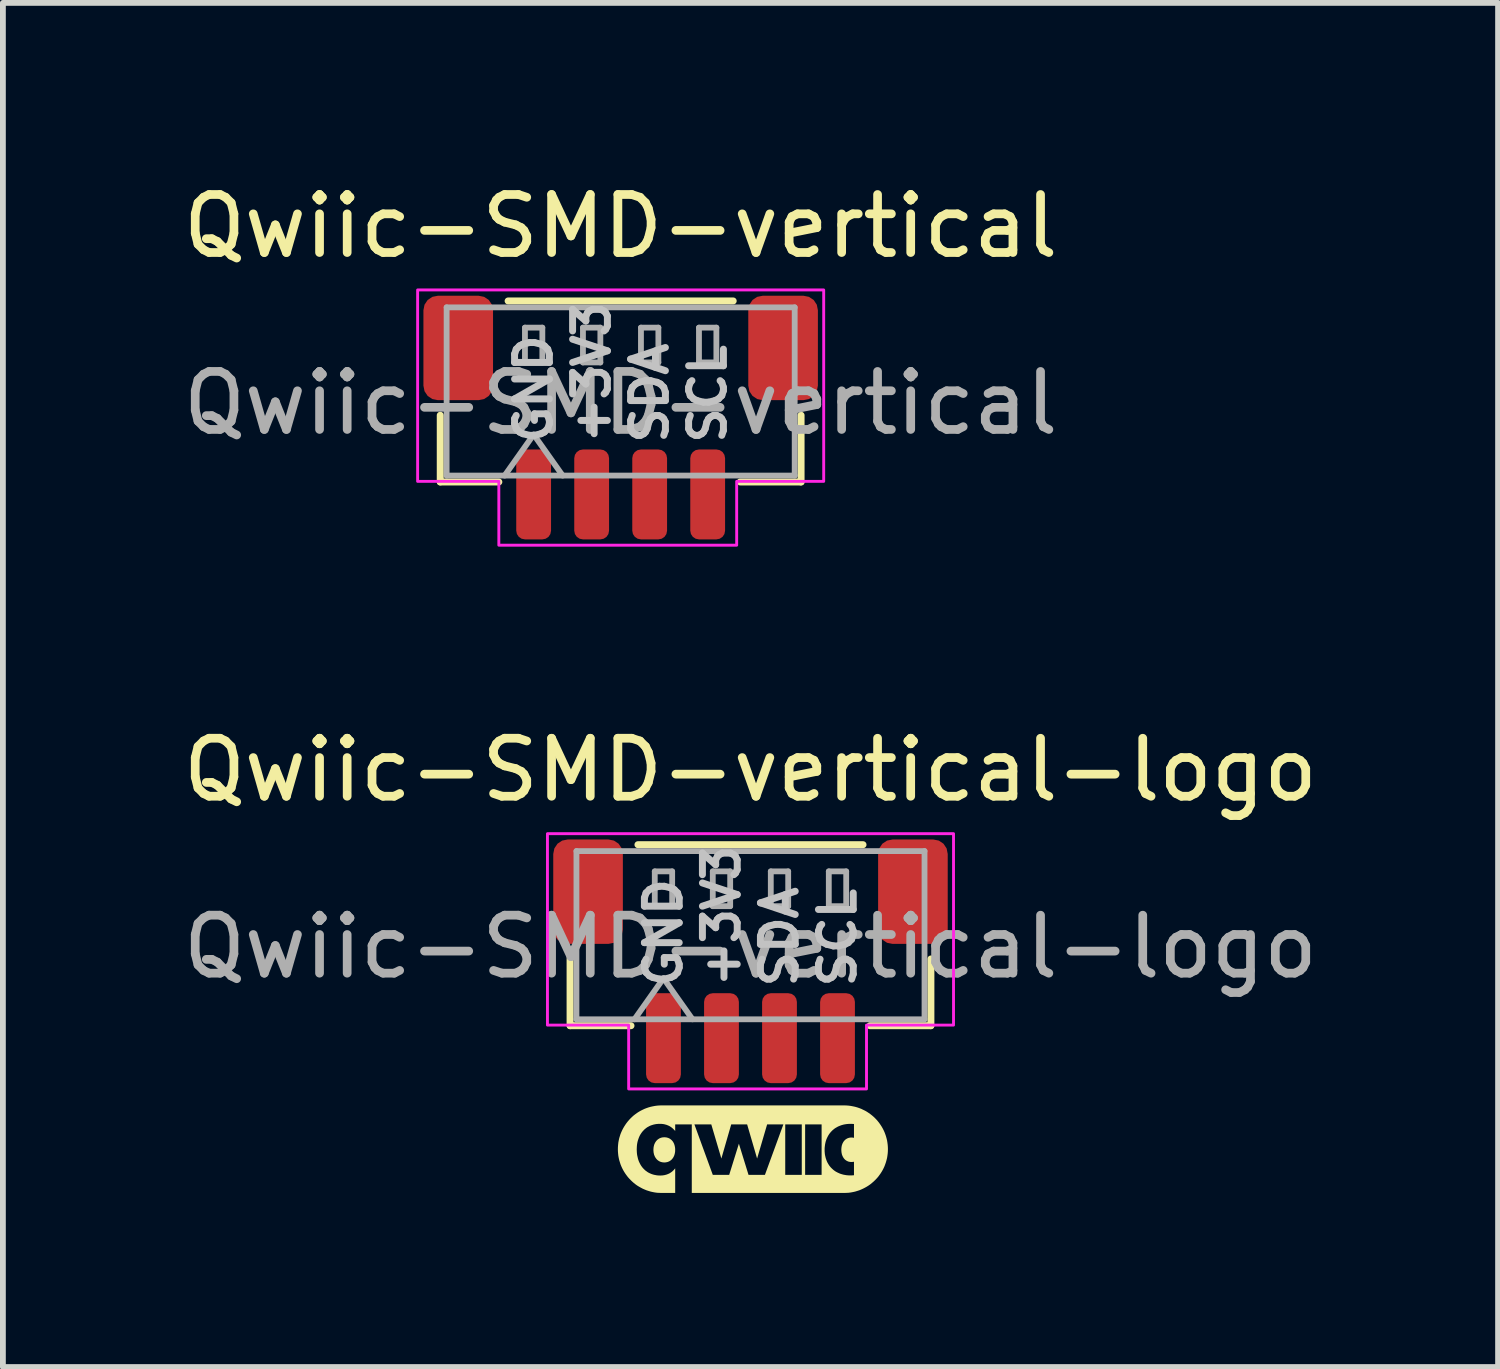
<source format=kicad_pcb>
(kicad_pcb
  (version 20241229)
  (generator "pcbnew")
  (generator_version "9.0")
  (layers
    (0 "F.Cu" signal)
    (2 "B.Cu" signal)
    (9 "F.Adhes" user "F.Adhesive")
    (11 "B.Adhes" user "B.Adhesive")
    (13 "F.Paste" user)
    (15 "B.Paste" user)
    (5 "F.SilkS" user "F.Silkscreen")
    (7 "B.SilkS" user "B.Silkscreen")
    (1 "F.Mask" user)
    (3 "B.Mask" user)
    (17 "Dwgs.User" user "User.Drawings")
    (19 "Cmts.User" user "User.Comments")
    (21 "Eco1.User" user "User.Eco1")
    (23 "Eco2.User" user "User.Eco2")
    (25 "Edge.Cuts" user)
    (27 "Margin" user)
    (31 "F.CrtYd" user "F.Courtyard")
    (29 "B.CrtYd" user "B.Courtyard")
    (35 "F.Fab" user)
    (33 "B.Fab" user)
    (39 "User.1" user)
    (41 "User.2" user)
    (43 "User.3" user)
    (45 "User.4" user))
  (footprint "Qwiic-SMD-vertical-logo"
    (layer "F.Cu")
    (at 9.887 13.521)
    (property "Reference" "Qwiic-SMD-vertical-logo" (at 0 -3.3 0) (layer "F.SilkS") (effects (font (size 1 1) (thickness 0.15))))
    (attr smd)
    (fp_line (start -3.11 -0.04) (end -3.11 1.11) (stroke (width 0.12) (type solid)) (layer "F.SilkS"))
    (fp_line (start -3.11 1.11) (end -2.06 1.11) (stroke (width 0.12) (type solid)) (layer "F.SilkS"))
    (fp_line (start -1.94 -2.01) (end 1.94 -2.01) (stroke (width 0.12) (type solid)) (layer "F.SilkS"))
    (fp_line (start 3.11 -0.04) (end 3.11 1.11) (stroke (width 0.12) (type solid)) (layer "F.SilkS"))
    (fp_line (start 3.11 1.11) (end 2.06 1.11) (stroke (width 0.12) (type solid)) (layer "F.SilkS"))
    (fp_poly (pts (xy -1.475 3.034) (xy -1.465 3.034) (xy -1.455 3.036) (xy -1.445 3.037) (xy -1.436 3.04) (xy -1.427 3.042) (xy -1.418 3.045) (xy -1.409 3.049) (xy -1.401 3.053) (xy -1.392 3.057) (xy -1.385 3.062) (xy -1.377 3.068) (xy -1.37 3.073) (xy -1.363 3.08) (xy -1.356 3.086) (xy -1.35 3.093) (xy -1.344 3.1) (xy -1.338 3.108) (xy -1.333 3.116) (xy -1.328 3.124) (xy -1.324 3.133) (xy -1.319 3.142) (xy -1.315 3.152) (xy -1.312 3.162) (xy -1.309 3.172) (xy -1.306 3.182) (xy -1.304 3.193) (xy -1.302 3.204) (xy -1.3 3.215) (xy -1.299 3.227) (xy -1.299 3.238) (xy -1.298 3.25) (xy -1.299 3.262) (xy -1.299 3.274) (xy -1.3 3.286) (xy -1.302 3.297) (xy -1.304 3.308) (xy -1.306 3.318) (xy -1.309 3.329) (xy -1.312 3.339) (xy -1.315 3.348) (xy -1.319 3.358) (xy -1.324 3.367) (xy -1.328 3.376) (xy -1.333 3.384) (xy -1.338 3.392) (xy -1.344 3.4) (xy -1.35 3.407) (xy -1.356 3.414) (xy -1.363 3.421) (xy -1.37 3.427) (xy -1.377 3.433) (xy -1.385 3.438) (xy -1.392 3.443) (xy -1.401 3.448) (xy -1.409 3.452) (xy -1.418 3.455) (xy -1.427 3.459) (xy -1.436 3.461) (xy -1.445 3.463) (xy -1.455 3.465) (xy -1.465 3.467) (xy -1.475 3.467) (xy -1.485 3.468) (xy -1.495 3.467) (xy -1.506 3.467) (xy -1.516 3.465) (xy -1.525 3.463) (xy -1.535 3.461) (xy -1.544 3.459) (xy -1.553 3.455) (xy -1.562 3.452) (xy -1.57 3.448) (xy -1.578 3.443) (xy -1.586 3.438) (xy -1.594 3.433) (xy -1.601 3.427) (xy -1.608 3.421) (xy -1.615 3.414) (xy -1.621 3.407) (xy -1.627 3.4) (xy -1.633 3.392) (xy -1.638 3.384) (xy -1.643 3.376) (xy -1.648 3.367) (xy -1.652 3.358) (xy -1.656 3.348) (xy -1.66 3.339) (xy -1.663 3.329) (xy -1.665 3.318) (xy -1.668 3.308) (xy -1.67 3.297) (xy -1.671 3.286) (xy -1.672 3.274) (xy -1.673 3.262) (xy -1.673 3.25) (xy -1.673 3.238) (xy -1.672 3.227) (xy -1.671 3.215) (xy -1.67 3.204) (xy -1.668 3.193) (xy -1.665 3.183) (xy -1.663 3.172) (xy -1.66 3.162) (xy -1.656 3.152) (xy -1.652 3.143) (xy -1.648 3.134) (xy -1.643 3.125) (xy -1.638 3.117) (xy -1.633 3.109) (xy -1.627 3.101) (xy -1.621 3.094) (xy -1.615 3.087) (xy -1.608 3.08) (xy -1.601 3.074) (xy -1.594 3.068) (xy -1.586 3.063) (xy -1.578 3.058) (xy -1.57 3.053) (xy -1.562 3.049) (xy -1.553 3.046) (xy -1.544 3.042) (xy -1.535 3.04) (xy -1.525 3.037) (xy -1.516 3.036) (xy -1.506 3.034) (xy -1.495 3.034) (xy -1.485 3.033)) (stroke (width -0.000001) (type solid)) (fill yes) (layer "F.SilkS"))
    (fp_poly (pts (xy 1.653 2.485) (xy 1.691 2.488) (xy 1.729 2.493) (xy 1.766 2.5) (xy 1.803 2.508) (xy 1.839 2.518) (xy 1.874 2.53) (xy 1.908 2.543) (xy 1.941 2.559) (xy 1.974 2.575) (xy 2.006 2.593) (xy 2.036 2.613) (xy 2.066 2.634) (xy 2.094 2.656) (xy 2.122 2.68) (xy 2.148 2.705) (xy 2.173 2.731) (xy 2.197 2.759) (xy 2.219 2.787) (xy 2.24 2.817) (xy 2.26 2.848) (xy 2.278 2.879) (xy 2.295 2.912) (xy 2.31 2.945) (xy 2.323 2.979) (xy 2.335 3.014) (xy 2.345 3.05) (xy 2.354 3.087) (xy 2.36 3.124) (xy 2.365 3.162) (xy 2.368 3.2) (xy 2.369 3.239) (xy 2.369 3.239) (xy 2.368 3.278) (xy 2.365 3.316) (xy 2.36 3.354) (xy 2.354 3.391) (xy 2.345 3.427) (xy 2.335 3.463) (xy 2.323 3.498) (xy 2.31 3.533) (xy 2.295 3.566) (xy 2.278 3.599) (xy 2.26 3.63) (xy 2.24 3.661) (xy 2.219 3.69) (xy 2.197 3.719) (xy 2.173 3.746) (xy 2.148 3.772) (xy 2.122 3.797) (xy 2.094 3.821) (xy 2.066 3.844) (xy 2.036 3.865) (xy 2.006 3.884) (xy 1.974 3.902) (xy 1.941 3.919) (xy 1.908 3.934) (xy 1.874 3.948) (xy 1.839 3.959) (xy 1.803 3.97) (xy 1.766 3.978) (xy 1.729 3.985) (xy 1.691 3.99) (xy 1.653 3.992) (xy 1.614 3.993) (xy -1.012 3.993) (xy -1.012 2.811) (xy -0.967 2.811) (xy -0.65 3.681) (xy -0.367 3.681) (xy -0.2 3.144) (xy -0.034 3.681) (xy 0.249 3.681) (xy 0.599 3.681) (xy 0.884 3.681) (xy 0.942 3.681) (xy 1.226 3.681) (xy 1.226 3.25) (xy 1.278 3.25) (xy 1.278 3.275) (xy 1.28 3.299) (xy 1.282 3.323) (xy 1.286 3.346) (xy 1.291 3.368) (xy 1.296 3.39) (xy 1.303 3.411) (xy 1.31 3.431) (xy 1.318 3.451) (xy 1.327 3.47) (xy 1.338 3.489) (xy 1.348 3.506) (xy 1.36 3.524) (xy 1.373 3.54) (xy 1.386 3.555) (xy 1.401 3.57) (xy 1.416 3.584) (xy 1.432 3.598) (xy 1.448 3.61) (xy 1.465 3.622) (xy 1.483 3.632) (xy 1.502 3.642) (xy 1.522 3.651) (xy 1.542 3.66) (xy 1.563 3.667) (xy 1.584 3.673) (xy 1.606 3.679) (xy 1.629 3.683) (xy 1.652 3.687) (xy 1.676 3.689) (xy 1.7 3.691) (xy 1.725 3.691) (xy 1.732 3.691) (xy 1.74 3.691) (xy 1.747 3.691) (xy 1.755 3.69) (xy 1.762 3.69) (xy 1.769 3.689) (xy 1.784 3.688) (xy 1.784 3.455) (xy 1.778 3.456) (xy 1.773 3.457) (xy 1.768 3.458) (xy 1.762 3.458) (xy 1.757 3.459) (xy 1.751 3.459) (xy 1.745 3.459) (xy 1.739 3.46) (xy 1.73 3.459) (xy 1.72 3.459) (xy 1.711 3.457) (xy 1.702 3.456) (xy 1.694 3.454) (xy 1.685 3.451) (xy 1.677 3.448) (xy 1.669 3.444) (xy 1.661 3.441) (xy 1.654 3.436) (xy 1.646 3.431) (xy 1.639 3.426) (xy 1.632 3.421) (xy 1.626 3.415) (xy 1.62 3.409) (xy 1.614 3.402) (xy 1.608 3.395) (xy 1.603 3.387) (xy 1.598 3.379) (xy 1.594 3.371) (xy 1.589 3.363) (xy 1.585 3.354) (xy 1.582 3.345) (xy 1.578 3.335) (xy 1.575 3.326) (xy 1.573 3.315) (xy 1.571 3.305) (xy 1.569 3.294) (xy 1.567 3.272) (xy 1.566 3.249) (xy 1.566 3.237) (xy 1.567 3.226) (xy 1.568 3.215) (xy 1.569 3.204) (xy 1.571 3.193) (xy 1.573 3.183) (xy 1.575 3.173) (xy 1.578 3.163) (xy 1.582 3.154) (xy 1.585 3.144) (xy 1.589 3.136) (xy 1.594 3.127) (xy 1.598 3.119) (xy 1.603 3.111) (xy 1.608 3.104) (xy 1.614 3.096) (xy 1.62 3.09) (xy 1.626 3.083) (xy 1.632 3.077) (xy 1.639 3.072) (xy 1.646 3.067) (xy 1.654 3.062) (xy 1.661 3.057) (xy 1.669 3.053) (xy 1.677 3.05) (xy 1.685 3.047) (xy 1.694 3.044) (xy 1.702 3.042) (xy 1.711 3.04) (xy 1.72 3.039) (xy 1.73 3.038) (xy 1.739 3.038) (xy 1.745 3.038) (xy 1.751 3.038) (xy 1.757 3.039) (xy 1.762 3.039) (xy 1.768 3.04) (xy 1.773 3.041) (xy 1.778 3.042) (xy 1.784 3.043) (xy 1.784 2.805) (xy 1.77 2.803) (xy 1.763 2.803) (xy 1.756 2.803) (xy 1.749 2.802) (xy 1.742 2.802) (xy 1.735 2.802) (xy 1.728 2.802) (xy 1.703 2.802) (xy 1.679 2.804) (xy 1.655 2.806) (xy 1.631 2.81) (xy 1.608 2.814) (xy 1.586 2.82) (xy 1.565 2.826) (xy 1.544 2.834) (xy 1.524 2.842) (xy 1.504 2.851) (xy 1.485 2.862) (xy 1.467 2.872) (xy 1.449 2.884) (xy 1.433 2.897) (xy 1.417 2.91) (xy 1.402 2.925) (xy 1.387 2.94) (xy 1.374 2.956) (xy 1.361 2.972) (xy 1.349 2.99) (xy 1.338 3.008) (xy 1.328 3.027) (xy 1.319 3.046) (xy 1.31 3.066) (xy 1.303 3.087) (xy 1.296 3.109) (xy 1.291 3.131) (xy 1.286 3.154) (xy 1.283 3.177) (xy 1.28 3.201) (xy 1.278 3.225) (xy 1.278 3.25) (xy 1.226 3.25) (xy 1.226 2.811) (xy 0.942 2.811) (xy 0.942 3.681) (xy 0.884 3.681) (xy 0.884 2.811) (xy 0.599 2.811) (xy 0.599 3.681) (xy 0.249 3.681) (xy 0.567 2.811) (xy 0.287 2.811) (xy 0.114 3.4) (xy -0.058 2.811) (xy -0.332 2.811) (xy -0.502 3.4) (xy -0.676 2.811) (xy -0.967 2.811) (xy -1.012 2.811) (xy -1.298 2.811) (xy -1.298 2.926) (xy -1.31 2.911) (xy -1.323 2.898) (xy -1.336 2.885) (xy -1.35 2.873) (xy -1.364 2.862) (xy -1.379 2.852) (xy -1.395 2.842) (xy -1.411 2.834) (xy -1.428 2.827) (xy -1.445 2.82) (xy -1.463 2.815) (xy -1.482 2.81) (xy -1.501 2.806) (xy -1.521 2.804) (xy -1.541 2.802) (xy -1.562 2.802) (xy -1.584 2.802) (xy -1.606 2.804) (xy -1.627 2.806) (xy -1.648 2.81) (xy -1.668 2.814) (xy -1.688 2.82) (xy -1.707 2.826) (xy -1.726 2.833) (xy -1.743 2.841) (xy -1.761 2.851) (xy -1.778 2.86) (xy -1.794 2.871) (xy -1.809 2.883) (xy -1.824 2.895) (xy -1.838 2.909) (xy -1.851 2.923) (xy -1.864 2.937) (xy -1.876 2.953) (xy -1.887 2.969) (xy -1.898 2.986) (xy -1.908 3.004) (xy -1.917 3.023) (xy -1.925 3.042) (xy -1.932 3.062) (xy -1.939 3.082) (xy -1.945 3.103) (xy -1.95 3.125) (xy -1.954 3.147) (xy -1.957 3.17) (xy -1.959 3.194) (xy -1.96 3.218) (xy -1.961 3.242) (xy -1.96 3.267) (xy -1.959 3.292) (xy -1.957 3.316) (xy -1.954 3.339) (xy -1.949 3.362) (xy -1.944 3.384) (xy -1.939 3.406) (xy -1.932 3.427) (xy -1.925 3.447) (xy -1.916 3.467) (xy -1.907 3.485) (xy -1.897 3.504) (xy -1.887 3.521) (xy -1.875 3.538) (xy -1.863 3.554) (xy -1.85 3.569) (xy -1.836 3.583) (xy -1.822 3.597) (xy -1.807 3.61) (xy -1.791 3.621) (xy -1.775 3.633) (xy -1.758 3.643) (xy -1.74 3.652) (xy -1.722 3.66) (xy -1.703 3.668) (xy -1.684 3.674) (xy -1.664 3.68) (xy -1.643 3.684) (xy -1.622 3.688) (xy -1.601 3.691) (xy -1.578 3.692) (xy -1.556 3.693) (xy -1.535 3.692) (xy -1.516 3.691) (xy -1.496 3.688) (xy -1.478 3.685) (xy -1.46 3.68) (xy -1.442 3.675) (xy -1.425 3.668) (xy -1.408 3.661) (xy -1.392 3.653) (xy -1.377 3.643) (xy -1.362 3.633) (xy -1.348 3.622) (xy -1.335 3.61) (xy -1.322 3.597) (xy -1.31 3.583) (xy -1.298 3.569) (xy -1.298 3.993) (xy -1.532 3.993) (xy -1.571 3.992) (xy -1.609 3.99) (xy -1.647 3.985) (xy -1.684 3.978) (xy -1.72 3.97) (xy -1.756 3.959) (xy -1.791 3.948) (xy -1.825 3.934) (xy -1.859 3.919) (xy -1.891 3.902) (xy -1.923 3.884) (xy -1.954 3.865) (xy -1.983 3.844) (xy -2.012 3.821) (xy -2.039 3.797) (xy -2.065 3.772) (xy -2.09 3.746) (xy -2.114 3.719) (xy -2.136 3.69) (xy -2.157 3.661) (xy -2.177 3.63) (xy -2.195 3.599) (xy -2.212 3.566) (xy -2.227 3.533) (xy -2.241 3.498) (xy -2.252 3.463) (xy -2.263 3.427) (xy -2.271 3.391) (xy -2.278 3.354) (xy -2.282 3.316) (xy -2.285 3.278) (xy -2.286 3.239) (xy -2.286 3.239) (xy -2.285 3.2) (xy -2.282 3.162) (xy -2.278 3.124) (xy -2.271 3.087) (xy -2.263 3.05) (xy -2.252 3.014) (xy -2.241 2.979) (xy -2.227 2.945) (xy -2.212 2.912) (xy -2.195 2.879) (xy -2.177 2.848) (xy -2.157 2.817) (xy -2.136 2.787) (xy -2.114 2.759) (xy -2.09 2.731) (xy -2.065 2.705) (xy -2.039 2.68) (xy -2.012 2.656) (xy -1.983 2.634) (xy -1.954 2.613) (xy -1.923 2.593) (xy -1.891 2.575) (xy -1.859 2.559) (xy -1.825 2.543) (xy -1.791 2.53) (xy -1.756 2.518) (xy -1.72 2.508) (xy -1.684 2.5) (xy -1.647 2.493) (xy -1.609 2.488) (xy -1.571 2.485) (xy -1.532 2.484) (xy 1.614 2.484)) (stroke (width -0.000001) (type solid)) (fill yes) (layer "F.SilkS"))
    (fp_poly (pts (xy -3.5 -2.2) (xy 3.5 -2.2) (xy 3.5 1.1) (xy 2 1.1) (xy 2 2.2) (xy -2.1 2.2) (xy -2.1 1.1) (xy -3.5 1.1)) (stroke (width 0.05) (type solid)) (fill no) (layer "F.CrtYd"))
    (fp_line (start -3 -1.9) (end 3 -1.9) (stroke (width 0.1) (type solid)) (layer "F.Fab"))
    (fp_line (start -3 1) (end -3 -1.9) (stroke (width 0.1) (type solid)) (layer "F.Fab"))
    (fp_line (start -3 1) (end 3 1) (stroke (width 0.1) (type solid)) (layer "F.Fab"))
    (fp_line (start -2 1) (end -1.5 0.293) (stroke (width 0.1) (type solid)) (layer "F.Fab"))
    (fp_line (start -1.65 -1.55) (end -1.65 -0.95) (stroke (width 0.1) (type solid)) (layer "F.Fab"))
    (fp_line (start -1.65 -0.95) (end -1.35 -0.95) (stroke (width 0.1) (type solid)) (layer "F.Fab"))
    (fp_line (start -1.5 0.293) (end -1 1) (stroke (width 0.1) (type solid)) (layer "F.Fab"))
    (fp_line (start -1.35 -1.55) (end -1.65 -1.55) (stroke (width 0.1) (type solid)) (layer "F.Fab"))
    (fp_line (start -1.35 -0.95) (end -1.35 -1.55) (stroke (width 0.1) (type solid)) (layer "F.Fab"))
    (fp_line (start -0.65 -1.55) (end -0.65 -0.95) (stroke (width 0.1) (type solid)) (layer "F.Fab"))
    (fp_line (start -0.65 -0.95) (end -0.35 -0.95) (stroke (width 0.1) (type solid)) (layer "F.Fab"))
    (fp_line (start -0.35 -1.55) (end -0.65 -1.55) (stroke (width 0.1) (type solid)) (layer "F.Fab"))
    (fp_line (start -0.35 -0.95) (end -0.35 -1.55) (stroke (width 0.1) (type solid)) (layer "F.Fab"))
    (fp_line (start 0.35 -1.55) (end 0.35 -0.95) (stroke (width 0.1) (type solid)) (layer "F.Fab"))
    (fp_line (start 0.35 -0.95) (end 0.65 -0.95) (stroke (width 0.1) (type solid)) (layer "F.Fab"))
    (fp_line (start 0.65 -1.55) (end 0.35 -1.55) (stroke (width 0.1) (type solid)) (layer "F.Fab"))
    (fp_line (start 0.65 -0.95) (end 0.65 -1.55) (stroke (width 0.1) (type solid)) (layer "F.Fab"))
    (fp_line (start 1.35 -1.55) (end 1.35 -0.95) (stroke (width 0.1) (type solid)) (layer "F.Fab"))
    (fp_line (start 1.35 -0.95) (end 1.65 -0.95) (stroke (width 0.1) (type solid)) (layer "F.Fab"))
    (fp_line (start 1.65 -1.55) (end 1.35 -1.55) (stroke (width 0.1) (type solid)) (layer "F.Fab"))
    (fp_line (start 1.65 -0.95) (end 1.65 -1.55) (stroke (width 0.1) (type solid)) (layer "F.Fab"))
    (fp_line (start 3 1) (end 3 -1.9) (stroke (width 0.1) (type solid)) (layer "F.Fab"))
    (fp_text user "SCL" (at 1.5 0.5 90) (unlocked yes) (layer "Dwgs.User") (effects (font (size 0.6 0.6) (thickness 0.12) (bold yes)) (justify left)))
    (fp_text user "GND" (at -1.5 0.5 90) (unlocked yes) (layer "Dwgs.User") (effects (font (size 0.6 0.6) (thickness 0.12) (bold yes)) (justify left)))
    (fp_text user "SDA" (at 0.5 0.5 90) (unlocked yes) (layer "Dwgs.User") (effects (font (size 0.6 0.6) (thickness 0.12) (bold yes)) (justify left)))
    (fp_text user "+3V3" (at -0.5 0.5 90) (unlocked yes) (layer "Dwgs.User") (effects (font (size 0.6 0.6) (thickness 0.12) (bold yes)) (justify left)))
    (fp_text user "${REFERENCE}" (at 0 -0.25 0) (layer "F.Fab") (effects (font (size 1 1) (thickness 0.15))))
    (pad "1" smd roundrect (at -1.5 1.325) (size 0.6 1.55) (layers "F.Cu" "F.Mask" "F.Paste") (roundrect_rratio 0.25))
    (pad "2" smd roundrect (at -0.5 1.325) (size 0.6 1.55) (layers "F.Cu" "F.Mask" "F.Paste") (roundrect_rratio 0.25))
    (pad "3" smd roundrect (at 0.5 1.325) (size 0.6 1.55) (layers "F.Cu" "F.Mask" "F.Paste") (roundrect_rratio 0.25))
    (pad "4" smd roundrect (at 1.5 1.325) (size 0.6 1.55) (layers "F.Cu" "F.Mask" "F.Paste") (roundrect_rratio 0.25))
    (pad "MP" smd roundrect (at -2.8 -1.2) (size 1.2 1.8) (layers "F.Cu" "F.Mask" "F.Paste") (roundrect_rratio 0.208))
    (pad "MP" smd roundrect (at 2.8 -1.2) (size 1.2 1.8) (layers "F.Cu" "F.Mask" "F.Paste") (roundrect_rratio 0.208)))
  (footprint "Qwiic-SMD-vertical"
    (layer "F.Cu")
    (at 7.649 4.148)
    (property "Reference" "Qwiic-SMD-vertical" (at 0 -3.3 0) (layer "F.SilkS") (effects (font (size 1 1) (thickness 0.15))))
    (attr smd)
    (fp_line (start -3.11 -0.04) (end -3.11 1.11) (stroke (width 0.12) (type solid)) (layer "F.SilkS"))
    (fp_line (start -3.11 1.11) (end -2.1 1.11) (stroke (width 0.12) (type solid)) (layer "F.SilkS"))
    (fp_line (start -1.94 -2.01) (end 1.94 -2.01) (stroke (width 0.12) (type solid)) (layer "F.SilkS"))
    (fp_line (start 3.11 -0.04) (end 3.11 1.11) (stroke (width 0.12) (type solid)) (layer "F.SilkS"))
    (fp_line (start 3.11 1.11) (end 2.06 1.11) (stroke (width 0.12) (type solid)) (layer "F.SilkS"))
    (fp_poly (pts (xy -3.5 -2.2) (xy 3.5 -2.2) (xy 3.5 1.1) (xy 2 1.1) (xy 2 2.2) (xy -2.1 2.2) (xy -2.1 1.1) (xy -3.5 1.1)) (stroke (width 0.05) (type solid)) (fill no) (layer "F.CrtYd"))
    (fp_line (start -3 -1.9) (end 3 -1.9) (stroke (width 0.1) (type solid)) (layer "F.Fab"))
    (fp_line (start -3 1) (end -3 -1.9) (stroke (width 0.1) (type solid)) (layer "F.Fab"))
    (fp_line (start -3 1) (end 3 1) (stroke (width 0.1) (type solid)) (layer "F.Fab"))
    (fp_line (start -2 1) (end -1.5 0.293) (stroke (width 0.1) (type solid)) (layer "F.Fab"))
    (fp_line (start -1.65 -1.55) (end -1.65 -0.95) (stroke (width 0.1) (type solid)) (layer "F.Fab"))
    (fp_line (start -1.65 -0.95) (end -1.35 -0.95) (stroke (width 0.1) (type solid)) (layer "F.Fab"))
    (fp_line (start -1.5 0.293) (end -1 1) (stroke (width 0.1) (type solid)) (layer "F.Fab"))
    (fp_line (start -1.35 -1.55) (end -1.65 -1.55) (stroke (width 0.1) (type solid)) (layer "F.Fab"))
    (fp_line (start -1.35 -0.95) (end -1.35 -1.55) (stroke (width 0.1) (type solid)) (layer "F.Fab"))
    (fp_line (start -0.65 -1.55) (end -0.65 -0.95) (stroke (width 0.1) (type solid)) (layer "F.Fab"))
    (fp_line (start -0.65 -0.95) (end -0.35 -0.95) (stroke (width 0.1) (type solid)) (layer "F.Fab"))
    (fp_line (start -0.35 -1.55) (end -0.65 -1.55) (stroke (width 0.1) (type solid)) (layer "F.Fab"))
    (fp_line (start -0.35 -0.95) (end -0.35 -1.55) (stroke (width 0.1) (type solid)) (layer "F.Fab"))
    (fp_line (start 0.35 -1.55) (end 0.35 -0.95) (stroke (width 0.1) (type solid)) (layer "F.Fab"))
    (fp_line (start 0.35 -0.95) (end 0.65 -0.95) (stroke (width 0.1) (type solid)) (layer "F.Fab"))
    (fp_line (start 0.65 -1.55) (end 0.35 -1.55) (stroke (width 0.1) (type solid)) (layer "F.Fab"))
    (fp_line (start 0.65 -0.95) (end 0.65 -1.55) (stroke (width 0.1) (type solid)) (layer "F.Fab"))
    (fp_line (start 1.35 -1.55) (end 1.35 -0.95) (stroke (width 0.1) (type solid)) (layer "F.Fab"))
    (fp_line (start 1.35 -0.95) (end 1.65 -0.95) (stroke (width 0.1) (type solid)) (layer "F.Fab"))
    (fp_line (start 1.65 -1.55) (end 1.35 -1.55) (stroke (width 0.1) (type solid)) (layer "F.Fab"))
    (fp_line (start 1.65 -0.95) (end 1.65 -1.55) (stroke (width 0.1) (type solid)) (layer "F.Fab"))
    (fp_line (start 3 1) (end 3 -1.9) (stroke (width 0.1) (type solid)) (layer "F.Fab"))
    (fp_text user "GND" (at -1.5 0.5 90) (unlocked yes) (layer "Dwgs.User") (effects (font (size 0.6 0.6) (thickness 0.12) (bold yes)) (justify left)))
    (fp_text user "SDA" (at 0.5 0.5 90) (unlocked yes) (layer "Dwgs.User") (effects (font (size 0.6 0.6) (thickness 0.12) (bold yes)) (justify left)))
    (fp_text user "SCL" (at 1.5 0.5 90) (unlocked yes) (layer "Dwgs.User") (effects (font (size 0.6 0.6) (thickness 0.12) (bold yes)) (justify left)))
    (fp_text user "+3V3" (at -0.5 0.5 90) (unlocked yes) (layer "Dwgs.User") (effects (font (size 0.6 0.6) (thickness 0.12) (bold yes)) (justify left)))
    (fp_text user "${REFERENCE}" (at 0 -0.25 0) (layer "F.Fab") (effects (font (size 1 1) (thickness 0.15))))
    (pad "1" smd roundrect (at -1.5 1.325) (size 0.6 1.55) (layers "F.Cu" "F.Mask" "F.Paste") (roundrect_rratio 0.25))
    (pad "2" smd roundrect (at -0.5 1.325) (size 0.6 1.55) (layers "F.Cu" "F.Mask" "F.Paste") (roundrect_rratio 0.25))
    (pad "3" smd roundrect (at 0.5 1.325) (size 0.6 1.55) (layers "F.Cu" "F.Mask" "F.Paste") (roundrect_rratio 0.25))
    (pad "4" smd roundrect (at 1.5 1.325) (size 0.6 1.55) (layers "F.Cu" "F.Mask" "F.Paste") (roundrect_rratio 0.25))
    (pad "MP" smd roundrect (at -2.8 -1.2) (size 1.2 1.8) (layers "F.Cu" "F.Mask" "F.Paste") (roundrect_rratio 0.208))
    (pad "MP" smd roundrect (at 2.8 -1.2) (size 1.2 1.8) (layers "F.Cu" "F.Mask" "F.Paste") (roundrect_rratio 0.208)))
  (gr_rect
    (start -3 -3)
    (end 22.774 20.515)
    (stroke (width 0.1) (type default))
    (fill no)
    (layer "Edge.Cuts")))
</source>
